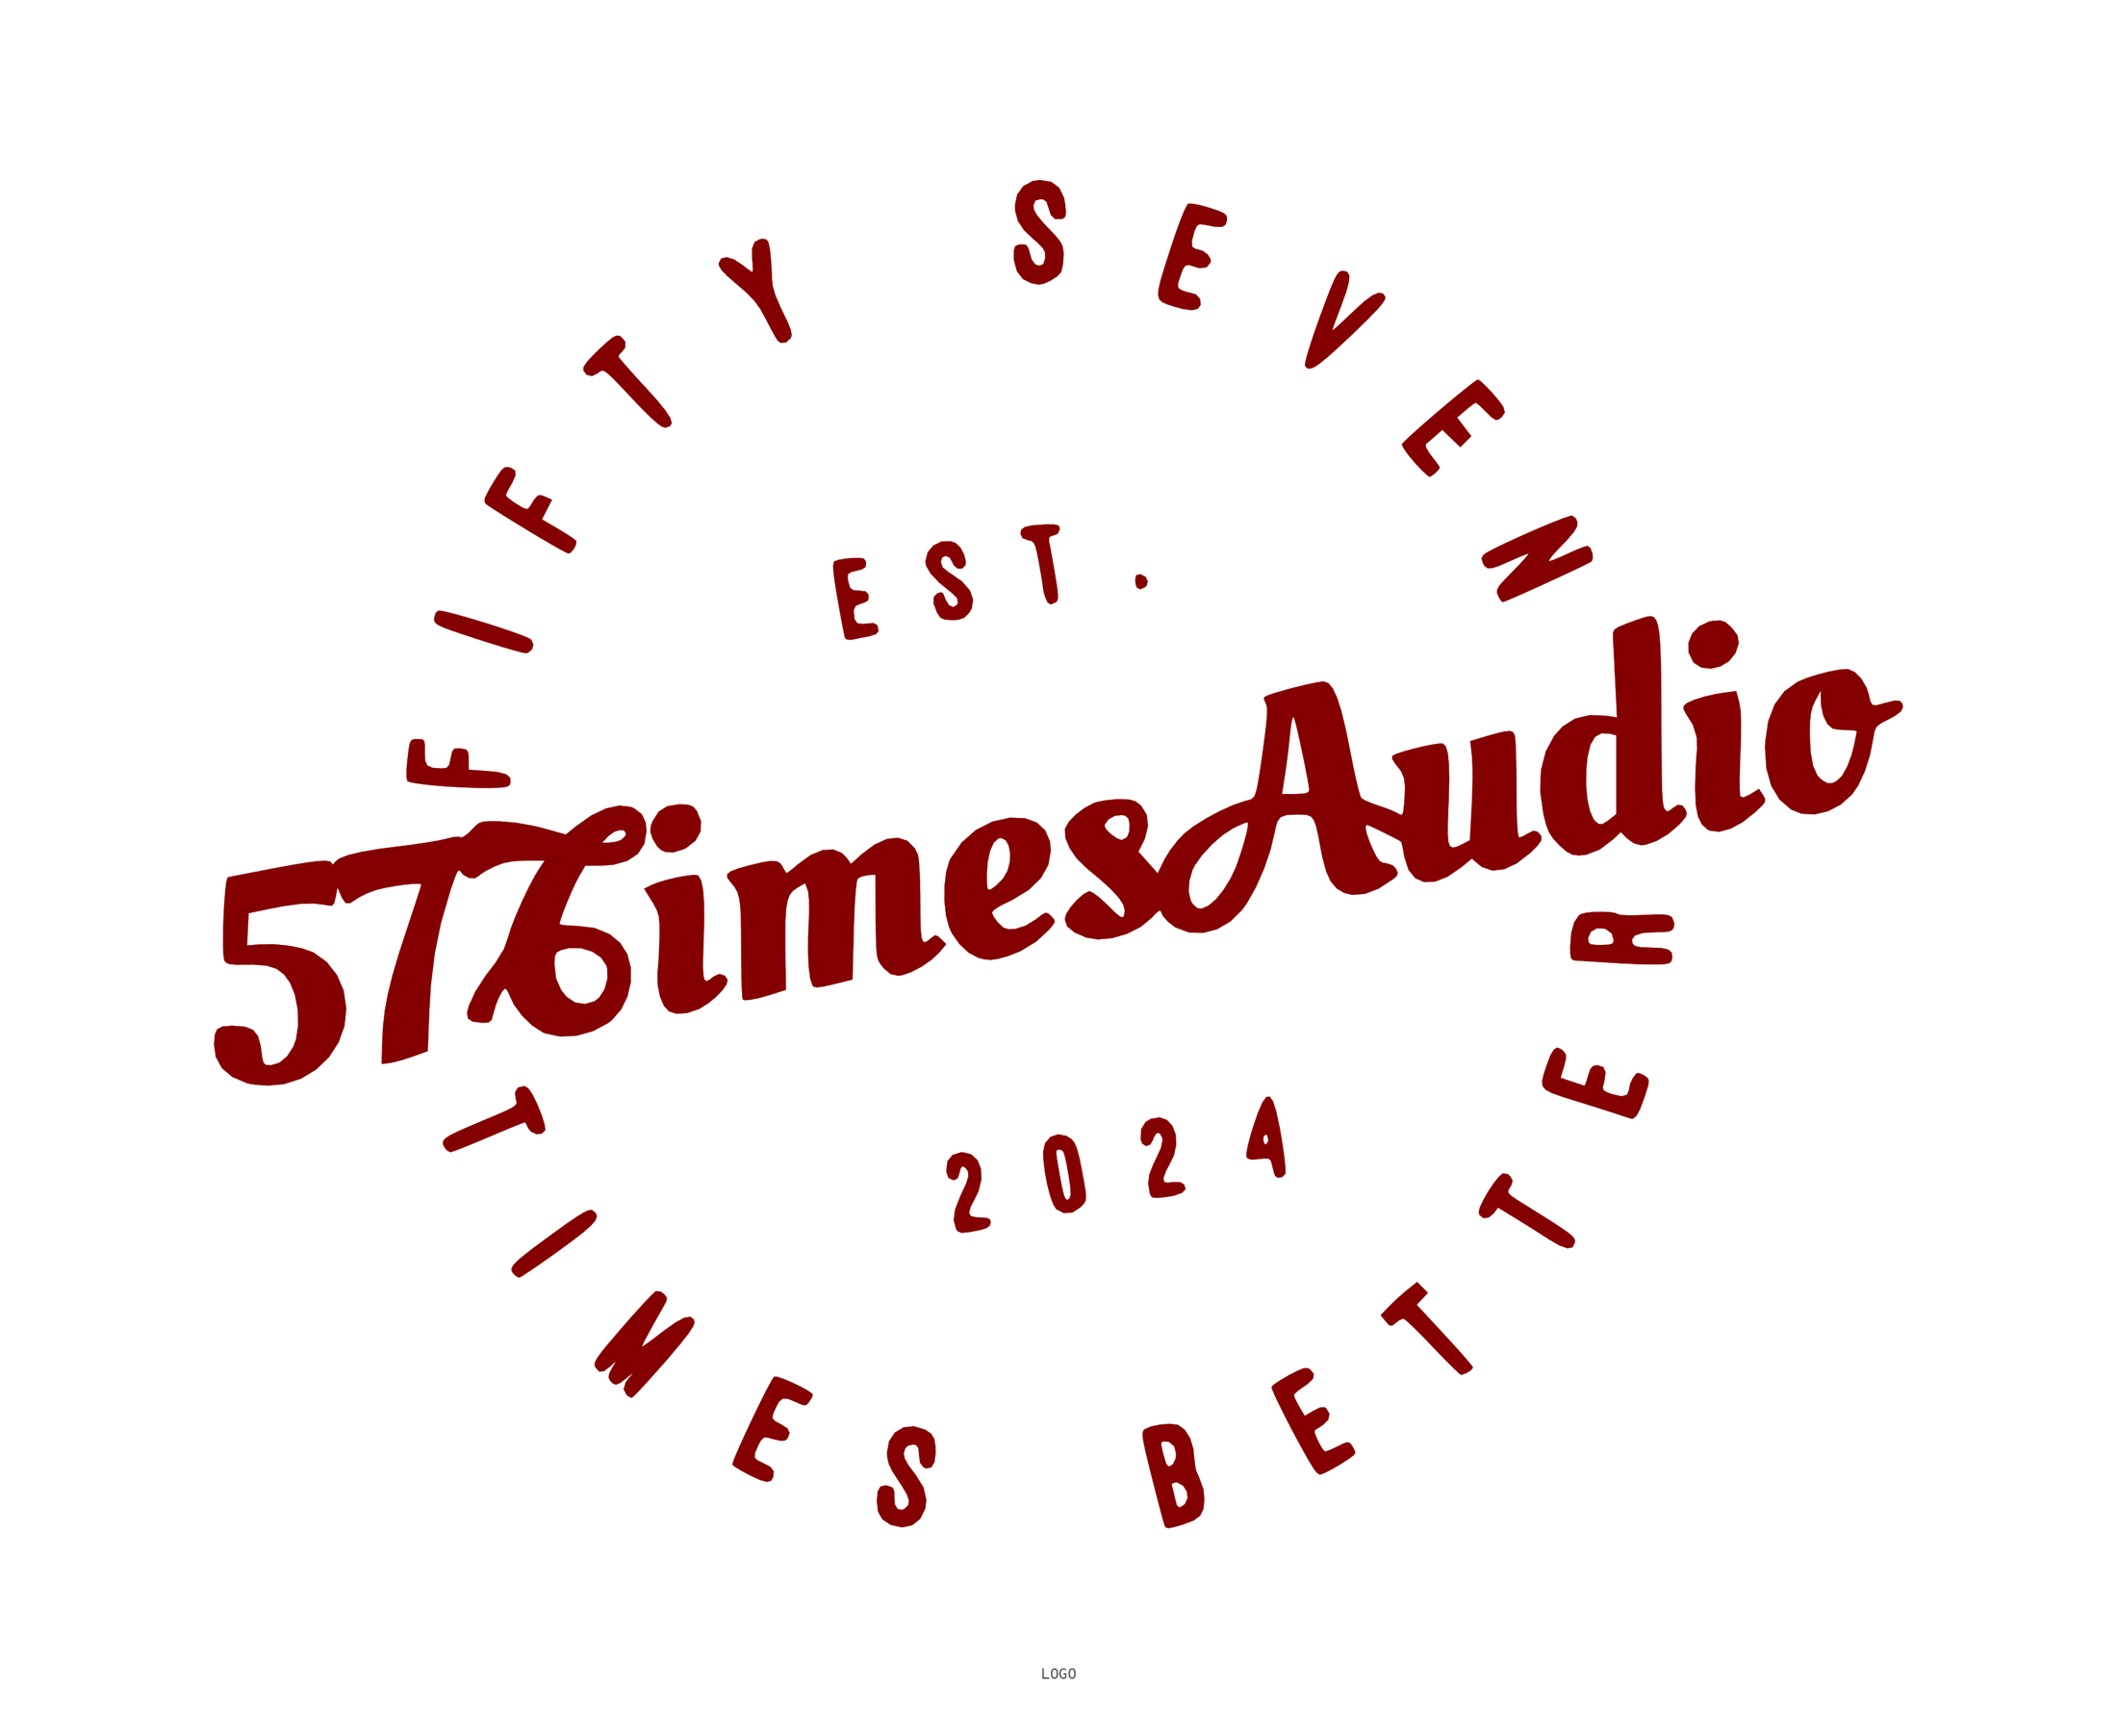
<source format=kicad_sym>
(kicad_symbol_lib
  (version 20220914)
  (generator bitmap2component)
  (symbol "LOGO"
    (pin_names
      (offset 1.016))
    (property "Reference" "#G"
      (at 0 92.12 0)
      (effects (font (size 1.27 1.27)) hide))
    (symbol "LOGO_0_0"
      (polyline (pts (xy -11.382 -58.915) (xy -10.672 -58.351) (xy -10.224 -57.452) (xy -10.126 -56.667) (xy -10.375 -55.572) (xy -11.072 -54.443) (xy -11.68 -53.638) (xy -12.033 -53.023) (xy -12.132 -52.555) (xy -12.012 -52.147) (xy -11.789 -51.878) (xy -11.267 -51.75) (xy -11.004 -51.828) (xy -10.818 -52.1) (xy -10.772 -52.687) (xy -10.678 -53.387) (xy -10.364 -53.782) (xy -10.125 -53.877) (xy -9.687 -53.787) (xy -9.401 -53.312) (xy -9.298 -52.492) (xy -9.312 -51.951) (xy -9.427 -51.252) (xy -9.71 -50.797) (xy -10.222 -50.451) (xy -10.243 -50.441) (xy -11.24 -50.142) (xy -12.155 -50.244) (xy -12.909 -50.697) (xy -13.419 -51.455) (xy -13.607 -52.469) (xy -13.584 -52.917) (xy -13.444 -53.498) (xy -13.126 -54.147) (xy -12.574 -55.002) (xy -12.31 -55.396) (xy -11.842 -56.194) (xy -11.656 -56.756) (xy -11.737 -57.154) (xy -12.07 -57.461) (xy -12.25 -57.548) (xy -12.655 -57.5) (xy -12.91 -57.085) (xy -12.966 -56.361) (xy -12.962 -55.921) (xy -13.106 -55.592) (xy -13.511 -55.424) (xy -13.753 -55.382) (xy -14.194 -55.487) (xy -14.435 -55.934) (xy -14.511 -56.768) (xy -14.406 -57.694) (xy -14.022 -58.389) (xy -13.306 -58.869) (xy -13.263 -58.888) (xy -12.272 -59.106) (xy -11.382 -58.915)) (stroke (width 0.01) (type default)) (fill (type outline)))
      (polyline (pts (xy 11.814 -59.085) (xy 12.572 -58.867) (xy 12.631 -58.849) (xy 13.575 -58.49) (xy 14.15 -58.059) (xy 14.436 -57.461) (xy 14.514 -56.605) (xy 14.432 -55.717) (xy 14.06 -54.707) (xy 13.757 -53.99) (xy 13.607 -52.889) (xy 13.548 -52.192) (xy 13.263 -51.224) (xy 12.794 -50.464) (xy 12.2 -50.032) (xy 12.134 -50.011) (xy 11.449 -49.935) (xy 10.599 -49.994) (xy 9.789 -50.162) (xy 9.223 -50.412) (xy 9.136 -50.496) (xy 9.057 -50.68) (xy 9.048 -50.991) (xy 9.116 -51.492) (xy 9.139 -51.605) (xy 10.692 -51.605) (xy 10.805 -51.494) (xy 11.067 -51.48) (xy 11.409 -51.54) (xy 11.857 -51.928) (xy 12.02 -52.614) (xy 11.957 -53.052) (xy 11.748 -53.476) (xy 11.559 -53.643) (xy 11.31 -53.703) (xy 11.115 -53.419) (xy 10.913 -52.741) (xy 10.863 -52.544) (xy 10.716 -51.919) (xy 10.692 -51.605) (xy 9.139 -51.605) (xy 9.272 -52.245) (xy 9.526 -53.312) (xy 9.886 -54.755) (xy 10.005 -55.222) (xy 11.638 -55.222) (xy 11.968 -55.109) (xy 12.121 -55.123) (xy 12.629 -55.401) (xy 12.959 -55.913) (xy 13.04 -56.503) (xy 12.805 -57.013) (xy 12.679 -57.133) (xy 12.319 -57.347) (xy 12.085 -57.169) (xy 11.918 -56.567) (xy 11.905 -56.496) (xy 11.767 -55.868) (xy 11.642 -55.433) (xy 11.638 -55.222) (xy 10.005 -55.222) (xy 10.208 -56.018) (xy 10.508 -57.171) (xy 10.758 -58.102) (xy 10.937 -58.738) (xy 11.026 -59.007) (xy 11.147 -59.138) (xy 11.376 -59.172) (xy 11.814 -59.085)) (stroke (width 0.01) (type default)) (fill (type outline)))
      (polyline (pts (xy -23.899 -54.981) (xy -23.7 -54.657) (xy -23.689 -54.621) (xy -23.658 -54.125) (xy -23.953 -53.741) (xy -24.634 -53.382) (xy -25.11 -53.155) (xy -25.346 -52.89) (xy -25.303 -52.487) (xy -25.011 -51.815) (xy -24.797 -51.414) (xy -24.509 -51.133) (xy -24.161 -51.145) (xy -23.803 -51.253) (xy -23.091 -51.421) (xy -22.665 -51.411) (xy -22.431 -51.228) (xy -22.245 -50.743) (xy -22.424 -50.338) (xy -23.019 -49.961) (xy -23.519 -49.702) (xy -23.755 -49.443) (xy -23.713 -49.066) (xy -23.43 -48.426) (xy -23.165 -47.947) (xy -22.835 -47.682) (xy -22.369 -47.715) (xy -21.644 -48.017) (xy -21.427 -48.12) (xy -20.988 -48.286) (xy -20.735 -48.24) (xy -20.503 -47.974) (xy -20.305 -47.665) (xy -20.184 -47.358) (xy -20.299 -47.209) (xy -20.732 -46.919) (xy -21.373 -46.573) (xy -22.103 -46.227) (xy -22.8 -45.937) (xy -23.345 -45.759) (xy -23.616 -45.751) (xy -23.64 -45.777) (xy -23.869 -46.142) (xy -24.228 -46.807) (xy -24.679 -47.695) (xy -25.186 -48.726) (xy -25.712 -49.823) (xy -26.218 -50.907) (xy -26.668 -51.9) (xy -27.026 -52.723) (xy -27.253 -53.298) (xy -27.312 -53.547) (xy -27.099 -53.724) (xy -26.584 -54.045) (xy -25.894 -54.422) (xy -25.746 -54.498) (xy -24.856 -54.908) (xy -24.262 -55.066) (xy -23.899 -54.981)) (stroke (width 0.01) (type default)) (fill (type outline)))
      (polyline (pts (xy 24.834 -54.413) (xy 25.281 -54.231) (xy 25.91 -53.902) (xy 26.603 -53.495) (xy 27.242 -53.083) (xy 27.712 -52.736) (xy 27.895 -52.523) (xy 27.838 -52.285) (xy 27.596 -51.838) (xy 27.472 -51.681) (xy 27.262 -51.556) (xy 26.938 -51.629) (xy 26.357 -51.908) (xy 26.072 -52.05) (xy 25.525 -52.292) (xy 25.217 -52.388) (xy 25.206 -52.386) (xy 25.007 -52.179) (xy 24.738 -51.731) (xy 24.477 -51.197) (xy 24.301 -50.736) (xy 24.287 -50.502) (xy 24.292 -50.499) (xy 24.546 -50.334) (xy 25.003 -50.046) (xy 25.495 -49.564) (xy 25.605 -49.032) (xy 25.312 -48.553) (xy 25.157 -48.46) (xy 24.785 -48.473) (xy 24.204 -48.759) (xy 23.412 -49.226) (xy 22.932 -48.413) (xy 22.826 -48.227) (xy 22.559 -47.702) (xy 22.452 -47.388) (xy 22.498 -47.293) (xy 22.824 -46.983) (xy 23.359 -46.605) (xy 23.651 -46.409) (xy 24.144 -45.941) (xy 24.222 -45.523) (xy 23.901 -45.109) (xy 23.674 -44.984) (xy 23.351 -44.997) (xy 22.847 -45.191) (xy 22.059 -45.592) (xy 21.975 -45.637) (xy 21.253 -46.055) (xy 20.716 -46.42) (xy 20.474 -46.656) (xy 20.521 -46.852) (xy 20.746 -47.386) (xy 21.119 -48.176) (xy 21.599 -49.142) (xy 22.147 -50.209) (xy 22.723 -51.297) (xy 23.286 -52.329) (xy 23.797 -53.229) (xy 24.216 -53.918) (xy 24.485 -54.258) (xy 24.738 -54.429) (xy 24.834 -54.413)) (stroke (width 0.01) (type default)) (fill (type outline)))
      (polyline (pts (xy -36.061 -47.477) (xy -35.627 -47.038) (xy -34.995 -46.361) (xy -34.215 -45.499) (xy -33.337 -44.507) (xy -33.088 -44.221) (xy -32.003 -42.94) (xy -31.24 -41.968) (xy -30.797 -41.301) (xy -30.669 -40.935) (xy -30.741 -40.673) (xy -31.042 -40.437) (xy -31.579 -40.529) (xy -32.371 -40.954) (xy -33.438 -41.718) (xy -33.936 -42.1) (xy -34.616 -42.61) (xy -35.103 -42.959) (xy -35.315 -43.089) (xy -35.296 -42.99) (xy -35.086 -42.544) (xy -34.679 -41.777) (xy -34.098 -40.726) (xy -33.362 -39.431) (xy -33.153 -39.024) (xy -33.137 -38.719) (xy -33.377 -38.417) (xy -33.682 -38.208) (xy -34.075 -38.16) (xy -34.277 -38.324) (xy -34.736 -38.784) (xy -35.388 -39.481) (xy -36.179 -40.357) (xy -37.055 -41.355) (xy -37.474 -41.841) (xy -38.319 -42.832) (xy -38.91 -43.56) (xy -39.285 -44.078) (xy -39.479 -44.437) (xy -39.527 -44.691) (xy -39.467 -44.892) (xy -39.443 -44.936) (xy -39.115 -45.296) (xy -38.709 -45.267) (xy -38.151 -44.847) (xy -37.605 -44.337) (xy -38.013 -45.05) (xy -38.211 -45.431) (xy -38.288 -45.811) (xy -38.12 -46.127) (xy -37.92 -46.341) (xy -37.639 -46.459) (xy -37.274 -46.312) (xy -36.7 -45.878) (xy -36.427 -45.657) (xy -36.142 -45.439) (xy -36.162 -45.501) (xy -36.456 -45.836) (xy -36.779 -46.266) (xy -36.948 -46.855) (xy -36.694 -47.353) (xy -36.542 -47.483) (xy -36.244 -47.625) (xy -36.061 -47.477)) (stroke (width 0.01) (type default)) (fill (type outline)))
      (polyline (pts (xy 37.346 -45.573) (xy 37.751 -45.421) (xy 38.148 -45.167) (xy 38.327 -44.937) (xy 38.262 -44.828) (xy 37.94 -44.426) (xy 37.393 -43.792) (xy 36.673 -42.986) (xy 35.832 -42.069) (xy 33.337 -39.377) (xy 33.836 -38.846) (xy 34.334 -38.316) (xy 33.853 -37.835) (xy 33.373 -37.354) (xy 32.505 -38.047) (xy 32.318 -38.2) (xy 31.565 -38.864) (xy 30.89 -39.518) (xy 30.144 -40.295) (xy 30.585 -40.84) (xy 30.892 -41.182) (xy 31.136 -41.237) (xy 31.463 -40.99) (xy 31.804 -40.734) (xy 32.147 -40.595) (xy 32.227 -40.633) (xy 32.589 -40.932) (xy 33.168 -41.479) (xy 33.905 -42.216) (xy 34.738 -43.085) (xy 35.154 -43.526) (xy 35.939 -44.337) (xy 36.591 -44.988) (xy 37.052 -45.422) (xy 37.264 -45.58) (xy 37.346 -45.573)) (stroke (width 0.01) (type default)) (fill (type outline)))
      (polyline (pts (xy -46.004 -36.859) (xy -45.477 -36.523) (xy -44.705 -36) (xy -43.749 -35.333) (xy -42.673 -34.564) (xy -41.619 -33.793) (xy -40.584 -32.996) (xy -39.876 -32.379) (xy -39.465 -31.908) (xy -39.321 -31.545) (xy -39.415 -31.255) (xy -39.715 -31.001) (xy -39.822 -30.964) (xy -40.102 -31.011) (xy -40.542 -31.223) (xy -41.193 -31.628) (xy -42.103 -32.255) (xy -43.32 -33.133) (xy -43.627 -33.357) (xy -44.849 -34.26) (xy -45.746 -34.951) (xy -46.358 -35.469) (xy -46.724 -35.854) (xy -46.883 -36.145) (xy -46.873 -36.383) (xy -46.734 -36.607) (xy -46.527 -36.81) (xy -46.217 -36.966) (xy -46.004 -36.859)) (stroke (width 0.01) (type default)) (fill (type outline)))
      (polyline (pts (xy 47.153 -34.277) (xy 47.356 -33.854) (xy 47.36 -33.827) (xy 47.357 -33.647) (xy 47.274 -33.46) (xy 47.067 -33.231) (xy 46.692 -32.929) (xy 46.106 -32.521) (xy 45.265 -31.973) (xy 44.124 -31.254) (xy 42.642 -30.33) (xy 42.245 -30.081) (xy 41.707 -29.717) (xy 41.464 -29.464) (xy 41.453 -29.237) (xy 41.611 -28.954) (xy 41.717 -28.782) (xy 41.833 -28.393) (xy 41.647 -28.013) (xy 41.406 -27.787) (xy 40.966 -27.738) (xy 40.951 -27.744) (xy 40.599 -28.048) (xy 40.143 -28.626) (xy 39.661 -29.355) (xy 39.23 -30.107) (xy 38.929 -30.758) (xy 38.834 -31.181) (xy 38.904 -31.413) (xy 39.236 -31.686) (xy 39.7 -31.645) (xy 40.154 -31.279) (xy 40.545 -30.761) (xy 42.101 -31.708) (xy 43.033 -32.284) (xy 44.1 -32.958) (xy 45.017 -33.55) (xy 45.982 -34.115) (xy 46.701 -34.365) (xy 47.153 -34.277)) (stroke (width 0.01) (type default)) (fill (type outline)))
      (polyline (pts (xy -6.406 -32.946) (xy -6.336 -32.935) (xy -5.381 -32.757) (xy -4.796 -32.577) (xy -4.503 -32.361) (xy -4.422 -32.074) (xy -4.485 -31.811) (xy -4.768 -31.672) (xy -5.386 -31.637) (xy -5.677 -31.629) (xy -6.169 -31.521) (xy -6.341 -31.238) (xy -6.209 -30.719) (xy -5.786 -29.902) (xy -5.491 -29.281) (xy -5.245 -28.262) (xy -5.285 -27.329) (xy -5.589 -26.563) (xy -6.134 -26.044) (xy -6.898 -25.854) (xy -7.047 -25.859) (xy -7.8 -26.097) (xy -8.25 -26.654) (xy -8.35 -27.477) (xy -8.331 -27.639) (xy -8.162 -28.122) (xy -7.798 -28.303) (xy -7.63 -28.313) (xy -7.343 -28.156) (xy -7.175 -27.652) (xy -7.087 -27.289) (xy -6.937 -27.087) (xy -6.69 -27.214) (xy -6.635 -27.262) (xy -6.417 -27.581) (xy -6.403 -28.017) (xy -6.605 -28.656) (xy -7.037 -29.59) (xy -7.114 -29.747) (xy -7.574 -30.933) (xy -7.694 -31.886) (xy -7.484 -32.658) (xy -7.351 -32.847) (xy -7.014 -32.992) (xy -6.406 -32.946)) (stroke (width 0.01) (type default)) (fill (type outline)))
      (polyline (pts (xy 2.805 -31.203) (xy 3.526 -30.74) (xy 3.628 -30.638) (xy 3.856 -30.391) (xy 3.989 -30.142) (xy 4.031 -29.8) (xy 3.985 -29.277) (xy 3.854 -28.486) (xy 3.641 -27.336) (xy 3.438 -26.334) (xy 3.218 -25.515) (xy 2.988 -24.989) (xy 2.718 -24.672) (xy 2.293 -24.408) (xy 1.548 -24.27) (xy 0.884 -24.495) (xy 0.409 -25.036) (xy 0.227 -25.841) (xy 0.231 -25.93) (xy 1.39 -25.93) (xy 1.413 -25.707) (xy 1.512 -25.633) (xy 1.686 -25.627) (xy 1.727 -25.628) (xy 1.905 -25.683) (xy 2.046 -25.878) (xy 2.178 -26.289) (xy 2.325 -26.995) (xy 2.515 -28.072) (xy 2.643 -28.962) (xy 2.667 -29.633) (xy 2.558 -29.963) (xy 2.384 -30.08) (xy 2.219 -29.998) (xy 2.064 -29.636) (xy 1.896 -28.936) (xy 1.692 -27.844) (xy 1.57 -27.152) (xy 1.442 -26.385) (xy 1.39 -25.93) (xy 0.231 -25.93) (xy 0.26 -26.578) (xy 0.392 -27.649) (xy 0.598 -28.733) (xy 0.852 -29.714) (xy 1.127 -30.475) (xy 1.396 -30.9) (xy 2.048 -31.24) (xy 2.805 -31.203)) (stroke (width 0.01) (type default)) (fill (type outline)))
      (polyline (pts (xy 11.088 -29.826) (xy 11.838 -29.699) (xy 12.551 -29.444) (xy 12.852 -29.112) (xy 12.723 -28.716) (xy 12.368 -28.503) (xy 11.665 -28.508) (xy 11.248 -28.557) (xy 10.958 -28.486) (xy 10.893 -28.208) (xy 10.917 -28.055) (xy 11.119 -27.511) (xy 11.459 -26.874) (xy 11.826 -26.107) (xy 12.027 -25.145) (xy 11.967 -24.256) (xy 11.679 -23.514) (xy 11.194 -22.991) (xy 10.543 -22.763) (xy 9.759 -22.902) (xy 9.306 -23.18) (xy 8.913 -23.83) (xy 8.883 -24.753) (xy 9.007 -25.088) (xy 9.343 -25.295) (xy 9.719 -25.177) (xy 9.975 -24.736) (xy 10.032 -24.541) (xy 10.283 -24.157) (xy 10.565 -24.16) (xy 10.783 -24.568) (xy 10.809 -24.82) (xy 10.661 -25.501) (xy 10.225 -26.455) (xy 10.001 -26.9) (xy 9.642 -27.827) (xy 9.543 -28.625) (xy 9.674 -29.448) (xy 9.77 -29.719) (xy 9.963 -29.875) (xy 10.362 -29.9) (xy 11.088 -29.826)) (stroke (width 0.01) (type default)) (fill (type outline)))
      (polyline (pts (xy 21.414 -28.055) (xy 21.698 -27.759) (xy 21.709 -27.713) (xy 21.705 -27.274) (xy 21.631 -26.505) (xy 21.497 -25.5) (xy 21.314 -24.354) (xy 21.154 -23.471) (xy 20.872 -22.177) (xy 20.596 -21.331) (xy 20.312 -20.927) (xy 20.007 -20.962) (xy 19.666 -21.432) (xy 19.275 -22.333) (xy 18.82 -23.662) (xy 18.618 -24.33) (xy 18.516 -24.72) (xy 19.73 -24.72) (xy 19.773 -24.456) (xy 19.957 -24.266) (xy 20.089 -24.351) (xy 20.184 -24.72) (xy 20.141 -24.983) (xy 19.957 -25.173) (xy 19.825 -25.088) (xy 19.73 -24.72) (xy 18.516 -24.72) (xy 18.386 -25.216) (xy 18.253 -25.89) (xy 18.244 -26.243) (xy 18.363 -26.413) (xy 18.712 -26.509) (xy 19.378 -26.457) (xy 19.785 -26.406) (xy 20.21 -26.413) (xy 20.413 -26.603) (xy 20.534 -27.051) (xy 20.541 -27.08) (xy 20.678 -27.628) (xy 20.791 -27.951) (xy 21.023 -28.111) (xy 21.414 -28.055)) (stroke (width 0.01) (type default)) (fill (type outline)))
      (polyline (pts (xy -52.226 -25.829) (xy -51.756 -25.665) (xy -50.99 -25.367) (xy -50.007 -24.967) (xy -48.886 -24.495) (xy -48.298 -24.244) (xy -47.275 -23.815) (xy -46.45 -23.477) (xy -45.895 -23.261) (xy -45.685 -23.194) (xy -45.594 -23.352) (xy -45.38 -23.756) (xy -45.175 -24.014) (xy -44.705 -24.243) (xy -44.223 -24.213) (xy -43.907 -23.907) (xy -43.895 -23.834) (xy -43.968 -23.37) (xy -44.187 -22.654) (xy -44.517 -21.809) (xy -44.645 -21.518) (xy -45.066 -20.668) (xy -45.414 -20.182) (xy -45.728 -20.003) (xy -45.781 -19.996) (xy -46.314 -20.117) (xy -46.579 -20.538) (xy -46.508 -21.159) (xy -46.459 -21.299) (xy -46.435 -21.501) (xy -46.539 -21.687) (xy -46.828 -21.896) (xy -47.362 -22.165) (xy -48.198 -22.533) (xy -49.395 -23.036) (xy -50.67 -23.575) (xy -51.678 -24.021) (xy -52.361 -24.363) (xy -52.77 -24.635) (xy -52.956 -24.872) (xy -52.967 -25.107) (xy -52.855 -25.373) (xy -52.633 -25.674) (xy -52.323 -25.85) (xy -52.226 -25.829)) (stroke (width 0.01) (type default)) (fill (type outline)))
      (polyline (pts (xy 52.514 -22.874) (xy 52.819 -22.622) (xy 53.145 -22.011) (xy 53.519 -20.997) (xy 53.665 -20.552) (xy 53.855 -19.909) (xy 53.908 -19.53) (xy 53.828 -19.306) (xy 53.622 -19.126) (xy 53.327 -18.947) (xy 52.948 -18.823) (xy 52.797 -18.894) (xy 52.509 -19.258) (xy 52.264 -19.775) (xy 52.161 -20.263) (xy 52.16 -20.301) (xy 51.987 -20.755) (xy 51.498 -20.892) (xy 50.688 -20.716) (xy 50.253 -20.563) (xy 49.899 -20.367) (xy 49.827 -20.098) (xy 49.95 -19.624) (xy 49.966 -19.57) (xy 50.082 -18.778) (xy 49.873 -18.302) (xy 49.342 -18.143) (xy 49.01 -18.192) (xy 48.742 -18.455) (xy 48.532 -19.05) (xy 48.471 -19.271) (xy 48.316 -19.762) (xy 48.224 -19.957) (xy 48.143 -19.937) (xy 47.74 -19.81) (xy 47.124 -19.605) (xy 46.089 -19.252) (xy 46.392 -18.248) (xy 46.422 -18.146) (xy 46.569 -17.539) (xy 46.547 -17.176) (xy 46.349 -16.9) (xy 46.182 -16.748) (xy 45.816 -16.58) (xy 45.496 -16.748) (xy 45.178 -17.289) (xy 44.822 -18.24) (xy 44.586 -18.965) (xy 44.451 -19.549) (xy 44.494 -19.978) (xy 44.765 -20.309) (xy 45.315 -20.603) (xy 46.195 -20.919) (xy 47.455 -21.315) (xy 47.668 -21.381) (xy 48.849 -21.751) (xy 49.934 -22.095) (xy 50.811 -22.376) (xy 51.367 -22.56) (xy 51.59 -22.635) (xy 52.121 -22.808) (xy 52.388 -22.884) (xy 52.514 -22.874)) (stroke (width 0.01) (type default)) (fill (type outline)))
      (polyline (pts (xy -67.063 -19.817) (xy -65.529 -19.324) (xy -64.181 -18.504) (xy -63.062 -17.415) (xy -62.217 -16.112) (xy -61.692 -14.653) (xy -61.531 -13.094) (xy -61.778 -11.492) (xy -62.349 -10.164) (xy -63.264 -8.993) (xy -64.432 -8.151) (xy -64.487 -8.124) (xy -65.459 -7.784) (xy -66.692 -7.538) (xy -68.01 -7.412) (xy -69.238 -7.432) (xy -70.326 -7.531) (xy -70.258 -6.096) (xy -70.19 -4.661) (xy -68.263 -4.26) (xy -67.093 -4.037) (xy -65.63 -3.838) (xy -64.449 -3.8) (xy -63.469 -3.918) (xy -63.234 -3.966) (xy -62.811 -3.996) (xy -62.609 -3.787) (xy -62.476 -3.237) (xy -62.306 -2.381) (xy -61.995 -3.118) (xy -61.873 -3.385) (xy -61.568 -3.775) (xy -61.183 -3.773) (xy -60.613 -3.401) (xy -60.383 -3.247) (xy -59.689 -2.9) (xy -58.903 -2.611) (xy -58.835 -2.591) (xy -58.096 -2.414) (xy -57.239 -2.258) (xy -56.377 -2.137) (xy -55.621 -2.064) (xy -55.086 -2.053) (xy -54.882 -2.118) (xy -54.882 -2.119) (xy -54.953 -2.373) (xy -55.145 -2.987) (xy -55.438 -3.89) (xy -55.808 -5.014) (xy -56.232 -6.288) (xy -56.903 -8.353) (xy -57.442 -10.187) (xy -57.836 -11.779) (xy -58.105 -13.217) (xy -58.268 -14.591) (xy -58.343 -15.988) (xy -58.397 -18.029) (xy -57.732 -17.951) (xy -57.3 -17.867) (xy -56.531 -17.657) (xy -55.691 -17.383) (xy -54.315 -16.893) (xy -54.172 -13.266) (xy -54.039 -11.074) (xy -53.691 -8.209) (xy -53.132 -5.486) (xy -52.331 -2.74) (xy -52.265 -2.538) (xy -51.96 -1.645) (xy -51.748 -1.113) (xy -51.593 -0.884) (xy -51.455 -0.898) (xy -51.298 -1.096) (xy -51.153 -1.264) (xy -50.662 -1.534) (xy -50.136 -1.568) (xy -49.765 -1.337) (xy -49.603 -1.19) (xy -49.115 -0.886) (xy -48.448 -0.546) (xy -47.668 -0.24) (xy -46.759 -0.056) (xy -45.618 -0.002) (xy -43.952 0) (xy -44.445 -0.737) (xy -44.832 -1.374) (xy -45.39 -2.429) (xy -45.966 -3.636) (xy -46.5 -4.857) (xy -46.929 -5.959) (xy -47.192 -6.804) (xy -47.554 -7.835) (xy -48.317 -9.071) (xy -48.388 -9.165) (xy -43.089 -9.165) (xy -43.089 -9.097) (xy -43.046 -8.473) (xy -42.876 -8.135) (xy -42.508 -7.932) (xy -41.76 -7.749) (xy -40.711 -7.772) (xy -39.733 -8.07) (xy -38.946 -8.602) (xy -38.468 -9.328) (xy -38.407 -9.548) (xy -38.386 -10.468) (xy -38.643 -11.41) (xy -39.125 -12.158) (xy -39.553 -12.48) (xy -40.388 -12.719) (xy -41.254 -12.584) (xy -42.012 -12.076) (xy -42.484 -11.49) (xy -42.946 -10.447) (xy -43.089 -9.165) (xy -48.388 -9.165) (xy -49.169 -10.181) (xy -50.085 -11.599) (xy -50.662 -12.855) (xy -50.827 -13.479) (xy -50.751 -13.994) (xy -50.326 -14.274) (xy -49.506 -14.375) (xy -49.369 -14.379) (xy -48.886 -14.336) (xy -48.646 -14.1) (xy -48.492 -13.543) (xy -48.477 -13.476) (xy -48.258 -12.734) (xy -47.97 -12.045) (xy -47.677 -11.537) (xy -47.438 -11.339) (xy -47.4 -11.354) (xy -47.197 -11.634) (xy -46.966 -12.159) (xy -46.667 -12.78) (xy -45.949 -13.758) (xy -45.047 -14.626) (xy -44.11 -15.225) (xy -43.893 -15.316) (xy -42.577 -15.599) (xy -41.134 -15.529) (xy -39.675 -15.121) (xy -38.312 -14.391) (xy -38.027 -14.173) (xy -37.187 -13.218) (xy -36.612 -12.05) (xy -36.317 -10.77) (xy -36.318 -9.482) (xy -36.629 -8.289) (xy -37.265 -7.292) (xy -38.204 -6.521) (xy -39.519 -5.978) (xy -41.105 -5.791) (xy -41.121 -5.791) (xy -41.885 -5.764) (xy -42.428 -5.702) (xy -42.636 -5.618) (xy -42.635 -5.598) (xy -42.53 -5.191) (xy -42.286 -4.506) (xy -41.953 -3.666) (xy -41.581 -2.791) (xy -41.218 -2.002) (xy -40.915 -1.42) (xy -40.349 -0.454) (xy -38.941 -0.449) (xy -37.858 -0.371) (xy -36.603 -0.018) (xy -35.684 0.606) (xy -35.118 1.488) (xy -34.925 2.612) (xy -34.998 3.369) (xy -35.344 4.108) (xy -36.024 4.631) (xy -36.312 4.753) (xy -37.329 4.874) (xy -38.508 4.62) (xy -39.802 4.007) (xy -41.162 3.049) (xy -42.069 2.308) (xy -44.11 2.871) (xy -44.904 3.069) (xy -46.487 3.352) (xy -47.924 3.475) (xy -48.693 3.488) (xy -49.313 3.46) (xy -49.724 3.345) (xy -50.06 3.103) (xy -50.456 2.69) (xy -50.732 2.414) (xy -51.157 2.097) (xy -51.408 2.06) (xy -51.52 2.105) (xy -51.988 2.09) (xy -52.647 1.941) (xy -52.738 1.915) (xy -53.43 1.765) (xy -54.43 1.594) (xy -54.472 1.587) (xy -38.859 1.587) (xy -38.327 2.155) (xy -38.324 2.158) (xy -37.829 2.531) (xy -37.312 2.707) (xy -36.904 2.666) (xy -36.739 2.389) (xy -36.824 2.148) (xy -37.178 1.822) (xy -37.596 1.674) (xy -38.238 1.587) (xy -38.859 1.587) (xy -54.472 1.587) (xy -55.617 1.419) (xy -56.873 1.261) (xy -58.618 1.037) (xy -60.222 0.765) (xy -61.405 0.475) (xy -62.184 0.163) (xy -62.578 -0.177) (xy -62.722 -0.361) (xy -62.813 -0.283) (xy -62.819 -0.233) (xy -62.971 -0.081) (xy -63.354 -0.017) (xy -64.01 -0.044) (xy -64.981 -0.165) (xy -66.308 -0.383) (xy -68.036 -0.702) (xy -68.961 -0.88) (xy -70.118 -1.103) (xy -71.067 -1.288) (xy -71.73 -1.419) (xy -72.026 -1.482) (xy -72.066 -1.527) (xy -72.165 -1.918) (xy -72.254 -2.633) (xy -72.332 -3.579) (xy -72.394 -4.661) (xy -72.436 -5.788) (xy -72.454 -6.866) (xy -72.445 -7.802) (xy -72.405 -8.502) (xy -72.329 -8.874) (xy -72.172 -9.06) (xy -71.852 -9.183) (xy -71.282 -9.232) (xy -70.36 -9.227) (xy -69.727 -9.223) (xy -68.57 -9.318) (xy -67.714 -9.59) (xy -67.063 -10.078) (xy -66.521 -10.82) (xy -66.09 -11.873) (xy -65.837 -13.195) (xy -65.797 -14.581) (xy -65.988 -15.854) (xy -66.229 -16.507) (xy -66.783 -17.357) (xy -67.48 -17.931) (xy -68.234 -18.143) (xy -68.318 -18.143) (xy -68.665 -18.107) (xy -68.863 -17.936) (xy -68.979 -17.524) (xy -69.076 -16.767) (xy -69.12 -16.436) (xy -69.362 -15.555) (xy -69.804 -15.005) (xy -70.524 -14.723) (xy -71.599 -14.644) (xy -71.704 -14.644) (xy -72.51 -14.711) (xy -72.977 -14.953) (xy -73.193 -15.462) (xy -73.247 -16.329) (xy -73.102 -17.383) (xy -72.566 -18.387) (xy -71.635 -19.174) (xy -70.305 -19.745) (xy -69.995 -19.812) (xy -69.27 -19.896) (xy -68.441 -19.938) (xy -67.063 -19.817)) (stroke (width 0.01) (type default)) (fill (type outline)))
      (polyline (pts (xy -31.332 -13.519) (xy -30.284 -13.158) (xy -30.198 -13.115) (xy -29.461 -12.654) (xy -28.761 -12.079) (xy -28.183 -11.479) (xy -27.816 -10.941) (xy -27.746 -10.556) (xy -27.99 -10.205) (xy -28.474 -10.051) (xy -28.998 -10.291) (xy -29.335 -10.57) (xy -29.599 -10.69) (xy -29.777 -10.582) (xy -29.88 -10.201) (xy -29.92 -9.503) (xy -29.909 -8.442) (xy -29.858 -6.974) (xy -29.81 -5.213) (xy -29.827 -3.684) (xy -29.919 -2.545) (xy -30.088 -1.768) (xy -30.337 -1.322) (xy -30.362 -1.305) (xy -30.736 -1.271) (xy -31.4 -1.342) (xy -32.233 -1.494) (xy -33.111 -1.702) (xy -33.914 -1.94) (xy -34.518 -2.183) (xy -35.132 -2.496) (xy -34.437 -3.615) (xy -34.266 -3.896) (xy -33.983 -4.443) (xy -33.829 -4.975) (xy -33.768 -5.648) (xy -33.765 -6.619) (xy -33.766 -6.702) (xy -33.8 -7.81) (xy -33.859 -8.923) (xy -33.933 -9.812) (xy -33.951 -10.013) (xy -33.923 -11.076) (xy -33.718 -12.076) (xy -33.372 -12.884) (xy -32.922 -13.373) (xy -32.284 -13.572) (xy -31.332 -13.519)) (stroke (width 0.01) (type default)) (fill (type outline)))
      (polyline (pts (xy -25.71 -12.339) (xy -24.837 -12.153) (xy -23.699 -11.819) (xy -22.565 -11.453) (xy -22.616 -8.164) (xy -22.63 -6.599) (xy -22.611 -5.269) (xy -22.546 -4.275) (xy -22.423 -3.555) (xy -22.233 -3.048) (xy -21.963 -2.694) (xy -21.603 -2.43) (xy -20.868 -2.002) (xy -20.639 -2.603) (xy -20.592 -2.78) (xy -20.522 -3.474) (xy -20.509 -4.495) (xy -20.556 -5.752) (xy -20.601 -6.845) (xy -20.604 -8.31) (xy -20.535 -9.554) (xy -20.401 -10.502) (xy -20.206 -11.076) (xy -20.081 -11.194) (xy -19.779 -11.24) (xy -19.232 -11.165) (xy -18.345 -10.961) (xy -16.669 -10.546) (xy -16.555 -6.191) (xy -16.524 -5.173) (xy -16.459 -3.741) (xy -16.381 -2.639) (xy -16.291 -1.908) (xy -16.195 -1.589) (xy -15.853 -1.41) (xy -15.288 -1.295) (xy -14.628 -1.247) (xy -14.611 -4.422) (xy -14.607 -5.329) (xy -14.595 -6.596) (xy -14.57 -7.521) (xy -14.524 -8.175) (xy -14.446 -8.63) (xy -14.327 -8.956) (xy -14.157 -9.225) (xy -13.927 -9.508) (xy -13.87 -9.574) (xy -13.283 -10.062) (xy -12.623 -10.203) (xy -12.307 -10.168) (xy -11.475 -9.889) (xy -10.545 -9.404) (xy -9.663 -8.794) (xy -8.974 -8.142) (xy -8.361 -7.413) (xy -8.822 -6.953) (xy -9.107 -6.691) (xy -9.374 -6.63) (xy -9.705 -6.875) (xy -9.993 -7.116) (xy -10.254 -7.242) (xy -10.437 -7.149) (xy -10.555 -6.79) (xy -10.622 -6.117) (xy -10.652 -5.083) (xy -10.659 -3.643) (xy -10.663 -2.923) (xy -10.69 -1.702) (xy -10.738 -0.655) (xy -10.802 0.124) (xy -10.877 0.543) (xy -11.156 1.103) (xy -11.806 1.751) (xy -12.641 2.021) (xy -13.622 1.911) (xy -14.708 1.422) (xy -15.86 0.553) (xy -16.803 -0.298) (xy -17.155 0.205) (xy -17.582 0.65) (xy -18.371 0.979) (xy -19.311 0.927) (xy -20.355 0.5) (xy -21.454 -0.295) (xy -21.923 -0.691) (xy -22.351 -1.014) (xy -22.544 -1.105) (xy -22.655 -0.928) (xy -22.883 -0.51) (xy -23.073 -0.24) (xy -23.404 -0.059) (xy -23.921 -0.033) (xy -24.706 -0.159) (xy -25.838 -0.435) (xy -26.805 -0.707) (xy -27.469 -0.963) (xy -27.777 -1.214) (xy -27.776 -1.503) (xy -27.512 -1.868) (xy -27.372 -2.025) (xy -27.079 -2.402) (xy -26.864 -2.81) (xy -26.714 -3.318) (xy -26.618 -3.998) (xy -26.563 -4.92) (xy -26.539 -6.154) (xy -26.534 -7.771) (xy -26.534 -7.912) (xy -26.526 -9.268) (xy -26.505 -10.457) (xy -26.475 -11.409) (xy -26.437 -12.051) (xy -26.394 -12.311) (xy -26.256 -12.366) (xy -25.71 -12.339)) (stroke (width 0.01) (type default)) (fill (type outline)))
      (polyline (pts (xy 55.235 -9.184) (xy 55.687 -9.111) (xy 55.898 -8.946) (xy 55.979 -8.643) (xy 55.988 -8.576) (xy 55.938 -8.154) (xy 55.638 -7.89) (xy 55.023 -7.754) (xy 54.025 -7.714) (xy 53.184 -7.681) (xy 52.683 -7.572) (xy 52.468 -7.368) (xy 52.414 -7.009) (xy 52.677 -6.639) (xy 53.349 -6.421) (xy 54.441 -6.35) (xy 55.213 -6.337) (xy 55.73 -6.275) (xy 56.001 -6.135) (xy 56.133 -5.886) (xy 56.167 -5.573) (xy 55.982 -5.062) (xy 55.917 -4.993) (xy 55.662 -4.854) (xy 55.23 -4.785) (xy 54.53 -4.778) (xy 53.469 -4.824) (xy 52.877 -4.849) (xy 52.012 -4.855) (xy 51.395 -4.818) (xy 51.127 -4.741) (xy 50.977 -4.657) (xy 50.47 -4.572) (xy 49.757 -4.541) (xy 48.986 -4.562) (xy 48.305 -4.635) (xy 47.861 -4.758) (xy 47.703 -4.868) (xy 47.297 -5.473) (xy 47.037 -6.419) (xy 46.998 -6.925) (xy 48.532 -6.925) (xy 48.537 -6.834) (xy 48.782 -6.303) (xy 49.301 -6.005) (xy 49.958 -6.028) (xy 50.09 -6.074) (xy 50.624 -6.457) (xy 50.797 -7.087) (xy 50.796 -7.12) (xy 50.697 -7.347) (xy 50.355 -7.456) (xy 49.666 -7.484) (xy 49.221 -7.479) (xy 48.761 -7.422) (xy 48.57 -7.257) (xy 48.532 -6.925) (xy 46.998 -6.925) (xy 46.945 -7.631) (xy 46.954 -8.249) (xy 47.022 -8.659) (xy 47.208 -8.828) (xy 47.568 -8.873) (xy 47.892 -8.891) (xy 48.63 -8.935) (xy 49.603 -8.996) (xy 50.687 -9.066) (xy 51.415 -9.11) (xy 52.624 -9.167) (xy 53.724 -9.201) (xy 54.542 -9.207) (xy 55.235 -9.184)) (stroke (width 0.01) (type default)) (fill (type outline)))
      (polyline (pts (xy -3.8 -8.715) (xy -2.939 -8.481) (xy -1.802 -8.038) (xy -0.374 -7.172) (xy 0.783 -6.095) (xy 1.011 -5.821) (xy 1.241 -5.47) (xy 1.212 -5.225) (xy 0.944 -4.926) (xy 0.691 -4.693) (xy 0.453 -4.625) (xy 0.132 -4.787) (xy -0.407 -5.206) (xy -0.419 -5.216) (xy -1.322 -5.772) (xy -2.228 -6.056) (xy -2.806 -6.096) (xy -3.271 -5.96) (xy -3.727 -5.551) (xy -3.809 -5.459) (xy -4.165 -4.972) (xy -4.309 -4.613) (xy -4.163 -4.405) (xy -3.697 -4.079) (xy -3.022 -3.734) (xy -2.534 -3.506) (xy -1.041 -2.594) (xy 0.036 -1.548) (xy 0.688 -0.378) (xy 0.907 0.906) (xy 0.825 1.705) (xy 0.406 2.683) (xy -0.344 3.373) (xy -1.395 3.752) (xy -2.718 3.795) (xy -4.254 3.458) (xy -5.729 2.708) (xy -6.995 1.596) (xy -7.991 0.164) (xy -8.077 -0.015) (xy -8.361 -1.004) (xy -8.39 -1.248) (xy -4.763 -1.248) (xy -4.691 -0.151) (xy -4.479 0.845) (xy -4.155 1.579) (xy -3.749 1.956) (xy -3.468 2.002) (xy -3.074 1.79) (xy -2.811 1.294) (xy -2.691 0.611) (xy -2.727 -0.16) (xy -2.93 -0.922) (xy -3.313 -1.575) (xy -3.408 -1.685) (xy -3.909 -2.186) (xy -4.333 -2.508) (xy -4.378 -2.531) (xy -4.589 -2.596) (xy -4.705 -2.46) (xy -4.753 -2.038) (xy -4.763 -1.248) (xy -8.39 -1.248) (xy -8.508 -2.24) (xy -8.517 -3.571) (xy -8.383 -4.845) (xy -8.105 -5.911) (xy -7.842 -6.468) (xy -7.176 -7.413) (xy -6.366 -8.168) (xy -5.535 -8.608) (xy -4.96 -8.758) (xy -4.414 -8.805) (xy -3.8 -8.715)) (stroke (width 0.01) (type default)) (fill (type outline)))
      (polyline (pts (xy 6.367 -6.869) (xy 7.674 -6.484) (xy 8.877 -5.875) (xy 9.839 -5.083) (xy 10.199 -4.699) (xy 10.495 -4.444) (xy 10.652 -4.469) (xy 10.765 -4.739) (xy 10.852 -4.911) (xy 11.259 -5.378) (xy 11.839 -5.841) (xy 12.002 -5.942) (xy 13.154 -6.373) (xy 14.397 -6.412) (xy 15.65 -6.078) (xy 16.832 -5.39) (xy 17.865 -4.369) (xy 18.3 -3.756) (xy 19.091 -2.35) (xy 19.808 -0.721) (xy 20.388 0.981) (xy 20.77 2.608) (xy 20.797 2.761) (xy 20.983 3.464) (xy 21.291 3.863) (xy 21.831 4.041) (xy 22.711 4.082) (xy 23.067 4.081) (xy 23.587 4.047) (xy 23.954 3.912) (xy 24.215 3.607) (xy 24.419 3.063) (xy 24.612 2.212) (xy 24.841 0.984) (xy 24.983 0.269) (xy 25.319 -0.971) (xy 25.726 -1.86) (xy 26.241 -2.466) (xy 26.903 -2.861) (xy 27.608 -3.038) (xy 28.742 -2.95) (xy 29.979 -2.477) (xy 31.265 -1.632) (xy 31.538 -1.393) (xy 31.668 -1.101) (xy 31.494 -0.717) (xy 31.219 -0.428) (xy 30.593 -0.227) (xy 30.356 -0.205) (xy 30.05 -0.041) (xy 29.759 0.365) (xy 29.4 1.106) (xy 29.174 1.633) (xy 28.887 2.455) (xy 28.799 2.986) (xy 28.922 3.175) (xy 28.95 3.168) (xy 29.273 3.032) (xy 29.837 2.767) (xy 30.516 2.435) (xy 31.181 2.101) (xy 31.703 1.828) (xy 31.953 1.679) (xy 32.001 1.562) (xy 32.108 1.1) (xy 32.228 0.425) (xy 32.254 0.278) (xy 32.618 -0.831) (xy 33.21 -1.561) (xy 34.002 -1.907) (xy 34.966 -1.864) (xy 36.074 -1.426) (xy 37.296 -0.588) (xy 38.227 0.176) (xy 38.857 -0.366) (xy 39.154 -0.584) (xy 40.059 -0.885) (xy 41.087 -0.769) (xy 42.214 -0.241) (xy 43.416 0.692) (xy 44.053 1.325) (xy 44.376 1.799) (xy 44.386 2.164) (xy 44.111 2.494) (xy 44.014 2.566) (xy 43.678 2.639) (xy 43.212 2.408) (xy 42.763 2.156) (xy 42.417 2.041) (xy 42.375 2.081) (xy 42.291 2.491) (xy 42.23 3.338) (xy 42.193 4.609) (xy 42.179 6.293) (xy 42.171 7.62) (xy 42.151 8.875) (xy 42.12 9.923) (xy 42.081 10.681) (xy 42.036 11.067) (xy 42.013 11.145) (xy 41.874 11.381) (xy 41.607 11.482) (xy 41.136 11.447) (xy 40.387 11.271) (xy 39.283 10.952) (xy 38.085 10.592) (xy 38.234 9.277) (xy 38.239 9.233) (xy 38.28 8.468) (xy 38.29 7.396) (xy 38.269 6.156) (xy 38.218 4.881) (xy 38.053 1.802) (xy 37.376 1.451) (xy 36.903 1.229) (xy 36.536 1.147) (xy 36.289 1.272) (xy 36.145 1.654) (xy 36.087 2.34) (xy 36.095 3.381) (xy 36.152 4.824) (xy 36.18 5.492) (xy 36.221 7.234) (xy 36.192 8.565) (xy 36.092 9.512) (xy 35.918 10.105) (xy 35.667 10.37) (xy 35.379 10.378) (xy 34.747 10.288) (xy 33.919 10.121) (xy 33.023 9.906) (xy 32.186 9.676) (xy 31.535 9.46) (xy 31.197 9.289) (xy 31.159 9.019) (xy 31.453 8.564) (xy 31.473 8.541) (xy 31.946 7.936) (xy 32.209 7.328) (xy 32.301 6.569) (xy 32.263 5.514) (xy 32.224 5.001) (xy 32.158 4.38) (xy 32.066 4.09) (xy 31.913 4.05) (xy 31.664 4.184) (xy 31.383 4.33) (xy 30.717 4.605) (xy 29.936 4.877) (xy 29.406 5.059) (xy 28.78 5.32) (xy 28.432 5.526) (xy 28.34 5.729) (xy 28.167 6.326) (xy 27.95 7.229) (xy 27.706 8.359) (xy 27.455 9.638) (xy 27.055 11.623) (xy 26.666 13.224) (xy 26.286 14.423) (xy 25.904 15.247) (xy 25.511 15.722) (xy 25.097 15.875) (xy 24.978 15.868) (xy 24.396 15.778) (xy 23.576 15.603) (xy 22.629 15.374) (xy 21.671 15.121) (xy 20.815 14.873) (xy 20.175 14.659) (xy 19.865 14.511) (xy 19.791 14.354) (xy 19.935 13.974) (xy 20.004 13.858) (xy 20.075 13.521) (xy 20.074 12.955) (xy 20.001 12.087) (xy 19.853 10.846) (xy 19.709 9.772) (xy 19.537 8.563) (xy 19.375 7.509) (xy 19.245 6.759) (xy 19.115 6.144) (xy 19.025 5.896) (xy 21.396 5.896) (xy 21.67 7.654) (xy 21.82 8.701) (xy 21.983 10.022) (xy 22.108 11.213) (xy 22.127 11.409) (xy 22.232 12.215) (xy 22.344 12.655) (xy 22.454 12.687) (xy 22.486 12.609) (xy 22.618 12.14) (xy 22.804 11.368) (xy 23.021 10.398) (xy 23.247 9.334) (xy 23.462 8.28) (xy 23.642 7.341) (xy 23.766 6.62) (xy 23.812 6.222) (xy 23.73 6.051) (xy 23.354 5.932) (xy 22.604 5.896) (xy 21.396 5.896) (xy 19.025 5.896) (xy 18.945 5.677) (xy 18.696 5.442) (xy 18.286 5.318) (xy 18.146 5.286) (xy 17.114 4.939) (xy 15.906 4.396) (xy 14.671 3.734) (xy 13.557 3.034) (xy 12.715 2.373) (xy 12.168 1.798) (xy 11.48 0.914) (xy 10.976 0.086) (xy 10.38 -1.133) (xy 9.524 -0.17) (xy 8.668 0.794) (xy 9.096 1.635) (xy 9.263 2.002) (xy 9.52 3.086) (xy 9.407 4.061) (xy 8.927 4.845) (xy 8.855 4.915) (xy 8.412 5.248) (xy 7.881 5.404) (xy 7.082 5.443) (xy 6.642 5.429) (xy 5.715 5.335) (xy 4.957 5.18) (xy 4.748 5.108) (xy 3.915 4.678) (xy 3.123 4.08) (xy 2.498 3.424) (xy 2.294 3.045) (xy 5.67 3.045) (xy 5.695 3.203) (xy 6.01 3.643) (xy 6.56 3.959) (xy 7.18 4.042) (xy 7.494 3.983) (xy 7.782 3.75) (xy 7.896 3.217) (xy 7.898 3.199) (xy 7.866 2.582) (xy 7.699 2.14) (xy 7.521 1.972) (xy 7.173 1.821) (xy 7.156 1.822) (xy 6.748 1.984) (xy 6.257 2.33) (xy 5.843 2.727) (xy 5.67 3.045) (xy 2.294 3.045) (xy 2.17 2.817) (xy 2.153 2.733) (xy 2.218 1.968) (xy 2.593 1.079) (xy 3.219 0.175) (xy 4.036 -0.633) (xy 5.296 -1.683) (xy 6.28 -2.581) (xy 6.461 -2.778) (xy 13.13 -2.778) (xy 13.181 -1.818) (xy 13.466 -0.826) (xy 13.681 -0.405) (xy 14.337 0.509) (xy 15.201 1.443) (xy 16.149 2.269) (xy 17.054 2.857) (xy 17.47 3.06) (xy 18.034 3.306) (xy 18.346 3.402) (xy 18.357 3.4) (xy 18.394 3.164) (xy 18.294 2.586) (xy 18.076 1.74) (xy 17.759 0.702) (xy 17.363 -0.454) (xy 17.314 -0.586) (xy 16.83 -1.613) (xy 16.214 -2.603) (xy 15.556 -3.424) (xy 14.948 -3.944) (xy 14.789 -4.037) (xy 14.263 -4.269) (xy 13.891 -4.214) (xy 13.502 -3.865) (xy 13.311 -3.564) (xy 13.13 -2.778) (xy 6.461 -2.778) (xy 6.949 -3.311) (xy 7.335 -3.915) (xy 7.471 -4.434) (xy 7.389 -4.909) (xy 7.285 -5.033) (xy 7.05 -4.97) (xy 6.64 -4.639) (xy 5.994 -4.003) (xy 5.859 -3.867) (xy 5.224 -3.285) (xy 4.684 -2.876) (xy 4.344 -2.721) (xy 4.247 -2.737) (xy 3.788 -2.995) (xy 3.23 -3.485) (xy 2.691 -4.093) (xy 2.287 -4.706) (xy 2.149 -5.213) (xy 2.358 -5.825) (xy 3.002 -6.368) (xy 4.069 -6.829) (xy 5.092 -6.988) (xy 6.367 -6.869)) (stroke (width 0.01) (type default)) (fill (type outline)))
      (polyline (pts (xy 48.35 0.517) (xy 49.543 0.974) (xy 50.715 1.857) (xy 51.425 2.53) (xy 52.009 1.945) (xy 52.575 1.539) (xy 53.213 1.361) (xy 53.657 1.412) (xy 54.617 1.754) (xy 55.628 2.356) (xy 56.555 3.146) (xy 56.809 3.412) (xy 57.172 3.861) (xy 57.272 4.187) (xy 57.163 4.511) (xy 56.89 4.871) (xy 56.489 4.945) (xy 55.963 4.601) (xy 55.803 4.464) (xy 55.531 4.343) (xy 55.325 4.545) (xy 55.271 4.646) (xy 55.208 4.838) (xy 55.158 5.131) (xy 55.117 5.57) (xy 55.086 6.198) (xy 55.063 7.06) (xy 55.045 8.199) (xy 55.033 9.659) (xy 55.023 11.485) (xy 55.015 13.72) (xy 55.014 14.011) (xy 55 16.113) (xy 54.97 17.807) (xy 54.917 19.133) (xy 54.837 20.132) (xy 54.721 20.844) (xy 54.565 21.309) (xy 54.361 21.569) (xy 54.104 21.662) (xy 53.787 21.63) (xy 53.45 21.535) (xy 52.731 21.297) (xy 51.934 21.002) (xy 51.907 20.991) (xy 51.222 20.707) (xy 50.863 20.47) (xy 50.733 20.178) (xy 50.734 19.726) (xy 50.738 19.658) (xy 50.771 19.064) (xy 50.819 18.151) (xy 50.876 17.029) (xy 50.936 15.81) (xy 51.091 12.684) (xy 50.162 12.833) (xy 48.699 12.896) (xy 47.371 12.58) (xy 46.269 11.883) (xy 45.531 11.064) (xy 44.776 9.668) (xy 44.356 8.025) (xy 44.303 6.705) (xy 48.347 6.705) (xy 48.364 8.084) (xy 48.476 9.193) (xy 48.74 10.282) (xy 49.149 10.972) (xy 49.717 11.286) (xy 50.46 11.246) (xy 51.027 11.104) (xy 51.027 7.609) (xy 51.027 4.115) (xy 50.429 3.645) (xy 50.29 3.537) (xy 49.819 3.239) (xy 49.487 3.234) (xy 49.14 3.507) (xy 49.01 3.667) (xy 48.687 4.398) (xy 48.46 5.443) (xy 48.347 6.705) (xy 44.303 6.705) (xy 44.281 6.177) (xy 44.561 4.17) (xy 44.801 3.206) (xy 45.056 2.527) (xy 45.404 1.983) (xy 45.922 1.417) (xy 46.038 1.302) (xy 46.643 0.777) (xy 47.153 0.521) (xy 47.72 0.454) (xy 48.35 0.517)) (stroke (width 0.01) (type default)) (fill (type outline)))
      (polyline (pts (xy -31.686 0.989) (xy -31.402 1.125) (xy -30.587 1.763) (xy -30.141 2.571) (xy -30.09 3.473) (xy -30.462 4.393) (xy -30.474 4.41) (xy -30.796 4.778) (xy -31.224 4.948) (xy -31.931 4.989) (xy -32.019 4.989) (xy -33.083 4.82) (xy -33.853 4.33) (xy -34.385 3.486) (xy -34.537 3.071) (xy -34.578 2.559) (xy -34.382 1.951) (xy -34.352 1.881) (xy -34.01 1.305) (xy -33.642 0.937) (xy -33.274 0.771) (xy -32.569 0.72) (xy -31.686 0.989)) (stroke (width 0.01) (type default)) (fill (type outline)))
      (polyline (pts (xy 61.138 2.819) (xy 62.23 3.412) (xy 63.365 4.313) (xy 63.477 4.417) (xy 63.984 4.907) (xy 64.211 5.226) (xy 64.21 5.488) (xy 64.031 5.806) (xy 63.672 6.353) (xy 62.924 5.891) (xy 62.826 5.832) (xy 62.29 5.595) (xy 62.019 5.681) (xy 61.991 5.803) (xy 61.962 6.327) (xy 61.957 7.172) (xy 61.978 8.254) (xy 62.024 9.489) (xy 62.078 10.973) (xy 62.086 12.345) (xy 62.034 13.35) (xy 61.92 14.034) (xy 61.654 15.022) (xy 60.563 14.877) (xy 59.872 14.767) (xy 58.839 14.533) (xy 57.946 14.255) (xy 57.298 13.966) (xy 56.997 13.7) (xy 56.995 13.407) (xy 57.227 12.967) (xy 57.241 12.952) (xy 57.815 12.037) (xy 58.155 10.94) (xy 58.19 9.882) (xy 58.159 9.608) (xy 58.099 8.803) (xy 58.049 7.778) (xy 58.019 6.69) (xy 58.015 6.289) (xy 58.077 4.912) (xy 58.273 3.9) (xy 58.62 3.196) (xy 59.134 2.74) (xy 59.326 2.648) (xy 60.149 2.557) (xy 61.138 2.819)) (stroke (width 0.01) (type default)) (fill (type outline)))
      (polyline (pts (xy 69.787 4.374) (xy 70.937 4.978) (xy 71.936 5.878) (xy 72.478 6.675) (xy 73.056 7.924) (xy 73.518 9.377) (xy 73.813 10.899) (xy 73.816 10.919) (xy 73.918 11.499) (xy 74.108 11.876) (xy 74.495 12.18) (xy 75.187 12.54) (xy 75.716 12.822) (xy 76.257 13.227) (xy 76.427 13.591) (xy 76.388 13.907) (xy 76.159 14.154) (xy 75.665 14.168) (xy 74.834 13.967) (xy 74.695 13.925) (xy 74.068 13.76) (xy 73.728 13.796) (xy 73.545 14.104) (xy 73.391 14.755) (xy 73.199 15.34) (xy 72.741 16.118) (xy 72.165 16.703) (xy 71.573 16.97) (xy 71.544 16.973) (xy 70.887 16.937) (xy 69.968 16.77) (xy 68.936 16.51) (xy 67.939 16.194) (xy 67.129 15.859) (xy 67.099 15.845) (xy 65.934 15.01) (xy 65.063 13.837) (xy 64.492 12.338) (xy 64.33 11.226) (xy 68.174 11.226) (xy 68.189 12.152) (xy 68.26 12.982) (xy 68.41 13.61) (xy 68.662 14.174) (xy 69.15 15.081) (xy 69.16 14.106) (xy 69.184 13.704) (xy 69.386 12.807) (xy 69.744 12.097) (xy 70.2 11.707) (xy 70.262 11.687) (xy 70.781 11.601) (xy 71.456 11.566) (xy 71.642 11.564) (xy 72.144 11.528) (xy 72.345 11.464) (xy 72.324 11.326) (xy 72.231 10.845) (xy 72.09 10.16) (xy 71.887 9.371) (xy 71.489 8.311) (xy 71.025 7.499) (xy 70.545 7.038) (xy 70.145 6.856) (xy 69.737 6.857) (xy 69.237 7.144) (xy 68.862 7.525) (xy 68.476 8.368) (xy 68.249 9.594) (xy 68.174 11.226) (xy 64.33 11.226) (xy 64.228 10.525) (xy 64.21 10.039) (xy 64.328 8.181) (xy 64.758 6.634) (xy 65.497 5.408) (xy 66.541 4.511) (xy 67.427 4.159) (xy 68.585 4.093) (xy 69.787 4.374)) (stroke (width 0.01) (type default)) (fill (type outline)))
      (polyline (pts (xy -48.677 6.438) (xy -47.833 6.47) (xy -47.331 6.54) (xy -47.079 6.671) (xy -46.983 6.884) (xy -46.977 6.918) (xy -47.016 7.341) (xy -47.338 7.633) (xy -47.998 7.822) (xy -49.053 7.938) (xy -50.687 8.051) (xy -50.687 8.958) (xy -50.688 9.134) (xy -50.739 9.633) (xy -50.942 9.852) (xy -51.401 9.935) (xy -51.574 9.949) (xy -51.953 9.916) (xy -52.146 9.666) (xy -52.272 9.084) (xy -52.277 9.057) (xy -52.415 8.478) (xy -52.633 8.223) (xy -53.031 8.167) (xy -53.073 8.168) (xy -53.886 8.22) (xy -54.344 8.419) (xy -54.542 8.851) (xy -54.572 9.601) (xy -54.565 10.229) (xy -54.627 10.607) (xy -54.825 10.75) (xy -55.222 10.772) (xy -55.522 10.763) (xy -55.753 10.674) (xy -55.897 10.414) (xy -56 9.888) (xy -56.109 9.005) (xy -56.191 8.054) (xy -56.191 7.365) (xy -56.109 7.034) (xy -55.855 6.945) (xy -55.232 6.832) (xy -54.346 6.718) (xy -53.295 6.617) (xy -52.504 6.56) (xy -51.165 6.487) (xy -49.891 6.442) (xy -48.875 6.435) (xy -48.677 6.438)) (stroke (width 0.01) (type default)) (fill (type outline)))
      (polyline (pts (xy 60.24 17.205) (xy 61.007 17.664) (xy 61.569 18.362) (xy 61.615 18.454) (xy 61.882 19.278) (xy 61.757 19.98) (xy 61.221 20.683) (xy 61.202 20.703) (xy 60.701 21.133) (xy 60.237 21.288) (xy 59.577 21.247) (xy 59.256 21.185) (xy 58.377 20.775) (xy 57.752 20.118) (xy 57.425 19.307) (xy 57.441 18.438) (xy 57.847 17.607) (xy 57.923 17.518) (xy 58.577 17.108) (xy 59.39 17.012) (xy 60.24 17.205)) (stroke (width 0.01) (type default)) (fill (type outline)))
      (polyline (pts (xy -45.432 18.42) (xy -45.071 18.717) (xy -44.956 19.173) (xy -45.164 19.599) (xy -45.44 19.752) (xy -46.08 20.011) (xy -46.982 20.335) (xy -48.06 20.696) (xy -49.228 21.067) (xy -50.399 21.423) (xy -51.487 21.736) (xy -52.406 21.979) (xy -53.069 22.126) (xy -53.39 22.15) (xy -53.62 21.928) (xy -53.748 21.445) (xy -53.733 21.27) (xy -53.641 21.082) (xy -53.413 20.898) (xy -52.989 20.69) (xy -52.31 20.43) (xy -51.316 20.09) (xy -49.95 19.642) (xy -48.913 19.31) (xy -47.737 18.947) (xy -46.748 18.656) (xy -46.027 18.462) (xy -45.656 18.388) (xy -45.432 18.42)) (stroke (width 0.01) (type default)) (fill (type outline)))
      (polyline (pts (xy -16.675 19.589) (xy -16.074 19.717) (xy -15.362 19.854) (xy -15.176 19.89) (xy -14.585 20.072) (xy -14.361 20.338) (xy -14.434 20.754) (xy -14.524 20.915) (xy -14.831 21.049) (xy -15.431 21.003) (xy -15.718 20.967) (xy -16.234 21.034) (xy -16.488 21.391) (xy -16.555 22.112) (xy -16.55 22.227) (xy -16.374 22.593) (xy -15.862 22.795) (xy -15.651 22.848) (xy -15.289 23.06) (xy -15.238 23.436) (xy -15.288 23.639) (xy -15.535 23.867) (xy -16.092 23.926) (xy -16.574 23.959) (xy -16.87 24.162) (xy -17.028 24.667) (xy -17.101 25.068) (xy -17.063 25.398) (xy -16.777 25.58) (xy -16.145 25.734) (xy -15.845 25.812) (xy -15.508 26.022) (xy -15.465 26.385) (xy -15.509 26.583) (xy -15.673 26.766) (xy -16.055 26.828) (xy -16.773 26.806) (xy -17.265 26.764) (xy -17.911 26.654) (xy -18.273 26.52) (xy -18.33 26.436) (xy -18.379 26.096) (xy -18.341 25.478) (xy -18.214 24.526) (xy -17.992 23.186) (xy -17.931 22.842) (xy -17.729 21.72) (xy -17.552 20.772) (xy -17.416 20.09) (xy -17.339 19.763) (xy -17.187 19.595) (xy -16.723 19.577) (xy -16.675 19.589)) (stroke (width 0.01) (type default)) (fill (type outline)))
      (polyline (pts (xy -7.288 21.347) (xy -6.77 21.524) (xy -6.349 21.938) (xy -6.117 22.312) (xy -5.976 23.105) (xy -6.253 23.919) (xy -6.932 24.717) (xy -7.992 25.458) (xy -8.124 25.535) (xy -8.674 25.985) (xy -8.845 26.462) (xy -8.725 26.861) (xy -8.411 27.009) (xy -8.054 26.86) (xy -7.804 26.421) (xy -7.711 26.194) (xy -7.364 25.892) (xy -6.956 25.882) (xy -6.657 26.198) (xy -6.624 26.511) (xy -6.778 27.128) (xy -7.099 27.736) (xy -7.5 28.13) (xy -7.958 28.298) (xy -8.767 28.283) (xy -9.488 27.934) (xy -10.007 27.323) (xy -10.205 26.517) (xy -10.137 26.125) (xy -9.741 25.434) (xy -8.973 24.628) (xy -7.809 23.68) (xy -7.386 23.256) (xy -7.325 22.829) (xy -7.415 22.657) (xy -7.747 22.462) (xy -8.122 22.631) (xy -8.425 23.132) (xy -8.489 23.317) (xy -8.651 23.699) (xy -8.832 23.785) (xy -9.166 23.675) (xy -9.464 23.368) (xy -9.477 22.781) (xy -9.179 21.987) (xy -9.156 21.943) (xy -8.875 21.538) (xy -8.492 21.358) (xy -7.835 21.318) (xy -7.288 21.347)) (stroke (width 0.01) (type default)) (fill (type outline)))
      (polyline (pts (xy 1.347 22.892) (xy 1.459 22.996) (xy 1.537 23.234) (xy 1.534 23.665) (xy 1.446 24.372) (xy 1.271 25.44) (xy 1.15 26.138) (xy 0.98 27.097) (xy 0.841 27.848) (xy 0.755 28.273) (xy 0.745 28.322) (xy 0.782 28.69) (xy 1.171 28.84) (xy 1.517 28.965) (xy 1.701 29.369) (xy 1.692 29.511) (xy 1.568 29.709) (xy 1.213 29.789) (xy 0.515 29.791) (xy 0.276 29.784) (xy -0.752 29.71) (xy -1.397 29.563) (xy -1.718 29.321) (xy -1.772 28.964) (xy -1.605 28.592) (xy -1.098 28.392) (xy -0.847 28.345) (xy -0.63 28.203) (xy -0.467 27.883) (xy -0.316 27.296) (xy -0.134 26.351) (xy -0.065 25.97) (xy 0.085 25.104) (xy 0.189 24.444) (xy 0.227 24.111) (xy 0.282 23.791) (xy 0.448 23.26) (xy 0.632 22.871) (xy 0.912 22.703) (xy 1.347 22.892)) (stroke (width 0.01) (type default)) (fill (type outline)))
      (polyline (pts (xy 40.974 22.912) (xy 41.332 23.048) (xy 41.999 23.332) (xy 42.895 23.727) (xy 43.939 24.197) (xy 45.051 24.704) (xy 46.152 25.212) (xy 47.161 25.684) (xy 47.998 26.084) (xy 48.583 26.375) (xy 48.836 26.521) (xy 48.941 26.791) (xy 48.901 27.266) (xy 48.726 27.703) (xy 48.471 27.895) (xy 48.468 27.894) (xy 48.126 27.799) (xy 47.511 27.555) (xy 46.754 27.214) (xy 46.733 27.204) (xy 45.982 26.866) (xy 45.382 26.626) (xy 45.06 26.534) (xy 45.04 26.574) (xy 45.217 26.855) (xy 45.634 27.346) (xy 46.234 27.977) (xy 46.724 28.485) (xy 47.269 29.125) (xy 47.541 29.593) (xy 47.588 29.959) (xy 47.452 30.315) (xy 47.118 30.573) (xy 46.904 30.537) (xy 46.325 30.343) (xy 45.485 30.017) (xy 44.467 29.596) (xy 43.353 29.115) (xy 42.227 28.612) (xy 41.173 28.124) (xy 40.273 27.687) (xy 39.61 27.338) (xy 39.269 27.113) (xy 39.082 26.786) (xy 39.22 26.334) (xy 39.386 26.076) (xy 39.642 25.908) (xy 40.033 25.923) (xy 40.649 26.129) (xy 41.579 26.534) (xy 41.658 26.57) (xy 42.403 26.896) (xy 42.972 27.127) (xy 43.248 27.214) (xy 43.231 27.148) (xy 42.975 26.828) (xy 42.496 26.301) (xy 41.852 25.637) (xy 41.809 25.594) (xy 41.108 24.874) (xy 40.68 24.384) (xy 40.477 24.043) (xy 40.45 23.769) (xy 40.549 23.482) (xy 40.764 23.087) (xy 40.941 22.905) (xy 40.974 22.912)) (stroke (width 0.01) (type default)) (fill (type outline)))
      (polyline (pts (xy 9.264 24.24) (xy 9.379 24.338) (xy 9.501 24.734) (xy 9.321 25.135) (xy 8.899 25.359) (xy 8.811 25.369) (xy 8.476 25.29) (xy 8.391 24.887) (xy 8.424 24.514) (xy 8.542 24.191) (xy 8.555 24.178) (xy 8.844 24.053) (xy 9.264 24.24)) (stroke (width 0.01) (type default)) (fill (type outline)))
      (polyline (pts (xy -41.696 27.266) (xy -41.392 27.579) (xy -41.169 28.006) (xy -41.154 28.336) (xy -41.166 28.351) (xy -41.452 28.578) (xy -42.011 28.947) (xy -42.734 29.386) (xy -44.193 30.239) (xy -43.749 31.11) (xy -43.304 31.981) (xy -43.902 32.254) (xy -43.917 32.26) (xy -44.291 32.397) (xy -44.567 32.344) (xy -44.852 32.033) (xy -45.253 31.397) (xy -45.35 31.255) (xy -45.544 31.152) (xy -45.868 31.262) (xy -46.444 31.607) (xy -46.775 31.826) (xy -47.222 32.169) (xy -47.397 32.377) (xy -47.391 32.415) (xy -47.237 32.766) (xy -46.944 33.286) (xy -46.836 33.468) (xy -46.54 34.139) (xy -46.575 34.568) (xy -46.943 34.811) (xy -47.209 34.878) (xy -47.492 34.846) (xy -47.773 34.617) (xy -48.127 34.126) (xy -48.628 33.306) (xy -48.944 32.759) (xy -49.219 32.192) (xy -49.284 31.843) (xy -49.168 31.622) (xy -48.964 31.471) (xy -48.415 31.109) (xy -47.603 30.593) (xy -46.599 29.969) (xy -45.471 29.28) (xy -44.526 28.713) (xy -43.51 28.117) (xy -42.679 27.643) (xy -42.1 27.33) (xy -41.84 27.217) (xy -41.696 27.266)) (stroke (width 0.01) (type default)) (fill (type outline)))
      (polyline (pts (xy 34.545 34.035) (xy 34.877 34.252) (xy 35.221 34.58) (xy 35.379 34.841) (xy 35.33 34.941) (xy 35.069 35.317) (xy 34.657 35.849) (xy 34.414 36.177) (xy 34.152 36.657) (xy 34.147 36.917) (xy 34.174 36.939) (xy 34.511 37.224) (xy 34.984 37.635) (xy 35.611 38.184) (xy 36.405 37.414) (xy 37.199 36.645) (xy 37.687 37.132) (xy 38.174 37.62) (xy 37.544 38.446) (xy 36.915 39.271) (xy 37.677 39.924) (xy 37.891 40.103) (xy 38.332 40.445) (xy 38.566 40.585) (xy 38.653 40.542) (xy 38.99 40.26) (xy 39.461 39.801) (xy 39.968 39.3) (xy 40.324 39.062) (xy 40.602 39.095) (xy 40.918 39.363) (xy 41.149 39.736) (xy 41.022 40.19) (xy 40.883 40.411) (xy 40.485 40.928) (xy 39.976 41.516) (xy 39.455 42.067) (xy 39.019 42.476) (xy 38.767 42.636) (xy 38.71 42.614) (xy 38.354 42.37) (xy 37.752 41.903) (xy 36.969 41.269) (xy 36.074 40.525) (xy 35.13 39.726) (xy 34.206 38.929) (xy 33.367 38.192) (xy 32.68 37.57) (xy 32.212 37.119) (xy 32.027 36.897) (xy 32.026 36.865) (xy 32.188 36.523) (xy 32.577 35.973) (xy 33.122 35.318) (xy 33.238 35.189) (xy 33.8 34.594) (xy 34.241 34.176) (xy 34.473 34.018) (xy 34.545 34.035)) (stroke (width 0.01) (type default)) (fill (type outline)))
      (polyline (pts (xy -33.224 38.375) (xy -32.829 38.513) (xy -32.691 38.791) (xy -32.825 39.241) (xy -33.249 39.897) (xy -33.978 40.791) (xy -35.028 41.955) (xy -35.498 42.464) (xy -36.259 43.304) (xy -36.868 43.995) (xy -37.273 44.477) (xy -37.42 44.689) (xy -37.363 44.823) (xy -37.079 45.13) (xy -36.814 45.47) (xy -36.798 45.988) (xy -37.19 46.437) (xy -37.351 46.518) (xy -37.606 46.529) (xy -37.938 46.358) (xy -38.428 45.958) (xy -39.157 45.283) (xy -39.559 44.894) (xy -40.181 44.229) (xy -40.492 43.767) (xy -40.525 43.463) (xy -40.243 43.067) (xy -39.752 42.947) (xy -39.198 43.232) (xy -39.028 43.372) (xy -38.849 43.435) (xy -38.625 43.367) (xy -38.303 43.127) (xy -37.829 42.676) (xy -37.152 41.974) (xy -36.217 40.981) (xy -35.435 40.158) (xy -34.584 39.305) (xy -33.959 38.745) (xy -33.523 38.445) (xy -33.239 38.373) (xy -33.224 38.375)) (stroke (width 0.01) (type default)) (fill (type outline)))
      (polyline (pts (xy 24.117 43.669) (xy 24.635 43.982) (xy 25.353 44.553) (xy 26.309 45.403) (xy 27.54 46.559) (xy 28.005 47.004) (xy 29.053 48.029) (xy 29.802 48.803) (xy 30.281 49.359) (xy 30.521 49.733) (xy 30.552 49.959) (xy 30.372 50.24) (xy 29.992 50.338) (xy 29.428 50.108) (xy 28.654 49.534) (xy 27.642 48.606) (xy 27.013 48.002) (xy 26.412 47.445) (xy 26.004 47.09) (xy 25.854 46.996) (xy 25.885 47.112) (xy 26.047 47.582) (xy 26.317 48.315) (xy 26.66 49.214) (xy 27.101 50.436) (xy 27.334 51.31) (xy 27.358 51.877) (xy 27.177 52.183) (xy 26.791 52.274) (xy 26.628 52.254) (xy 26.44 52.144) (xy 26.241 51.886) (xy 26.003 51.425) (xy 25.699 50.703) (xy 25.3 49.667) (xy 24.778 48.258) (xy 24.774 48.246) (xy 24.317 46.965) (xy 23.933 45.817) (xy 23.643 44.873) (xy 23.47 44.208) (xy 23.437 43.893) (xy 23.534 43.715) (xy 23.762 43.588) (xy 24.117 43.669)) (stroke (width 0.01) (type default)) (fill (type outline)))
      (polyline (pts (xy -22.564 45.924) (xy -22.14 46.316) (xy -22.135 46.325) (xy -22.061 46.604) (xy -22.139 47.029) (xy -22.394 47.682) (xy -22.853 48.644) (xy -23.055 49.062) (xy -23.502 50.099) (xy -23.742 50.924) (xy -23.814 51.654) (xy -23.82 51.977) (xy -23.872 52.965) (xy -23.959 53.918) (xy -24.005 54.268) (xy -24.123 54.808) (xy -24.304 55.052) (xy -24.61 55.109) (xy -24.846 55.091) (xy -25.34 54.832) (xy -25.572 54.241) (xy -25.555 53.291) (xy -25.515 52.88) (xy -25.495 52.363) (xy -25.537 52.161) (xy -25.629 52.203) (xy -25.998 52.455) (xy -26.523 52.86) (xy -27.162 53.278) (xy -27.816 53.48) (xy -28.296 53.367) (xy -28.529 52.937) (xy -28.506 52.729) (xy -28.265 52.333) (xy -27.737 51.788) (xy -26.876 51.043) (xy -26.067 50.344) (xy -25.374 49.633) (xy -24.84 48.899) (xy -24.345 47.999) (xy -24.257 47.824) (xy -23.849 47.039) (xy -23.507 46.419) (xy -23.297 46.084) (xy -23.032 45.891) (xy -22.564 45.924)) (stroke (width 0.01) (type default)) (fill (type outline)))
      (polyline (pts (xy 13.925 48.9) (xy 14.187 49.252) (xy 14.188 49.256) (xy 14.143 49.767) (xy 13.775 50.178) (xy 13.209 50.346) (xy 12.967 50.384) (xy 12.472 50.574) (xy 12.316 50.666) (xy 12.169 50.858) (xy 12.199 51.197) (xy 12.395 51.821) (xy 12.605 52.393) (xy 12.839 52.743) (xy 13.164 52.794) (xy 13.704 52.621) (xy 14.095 52.512) (xy 14.706 52.584) (xy 15.078 53.027) (xy 15.085 53.282) (xy 14.824 53.709) (xy 14.353 54.057) (xy 13.809 54.202) (xy 13.754 54.204) (xy 13.445 54.396) (xy 13.407 54.914) (xy 13.637 55.778) (xy 13.839 56.249) (xy 14.107 56.419) (xy 14.601 56.349) (xy 15.47 56.178) (xy 16.063 56.167) (xy 16.384 56.347) (xy 16.512 56.736) (xy 16.524 56.86) (xy 16.49 57.146) (xy 16.285 57.362) (xy 15.821 57.574) (xy 15.01 57.848) (xy 14.946 57.869) (xy 14.133 58.095) (xy 13.471 58.222) (xy 13.098 58.224) (xy 12.989 58.106) (xy 12.729 57.592) (xy 12.376 56.718) (xy 11.948 55.53) (xy 11.464 54.075) (xy 10.991 52.596) (xy 10.654 51.483) (xy 10.462 50.678) (xy 10.417 50.121) (xy 10.524 49.749) (xy 10.788 49.499) (xy 11.213 49.311) (xy 11.802 49.121) (xy 12.578 48.904) (xy 13.405 48.785) (xy 13.925 48.9)) (stroke (width 0.01) (type default)) (fill (type outline)))
      (polyline (pts (xy 0.281 51.133) (xy 0.884 51.405) (xy 1.452 51.77) (xy 1.796 52.127) (xy 1.856 52.271) (xy 1.988 52.883) (xy 2.041 53.624) (xy 2.033 53.983) (xy 1.956 54.437) (xy 1.747 54.86) (xy 1.341 55.368) (xy 0.672 56.077) (xy 0.246 56.528) (xy -0.303 57.184) (xy -0.579 57.669) (xy -0.632 58.057) (xy -0.628 58.084) (xy -0.456 58.508) (xy -0.009 58.624) (xy 0.228 58.604) (xy 0.529 58.395) (xy 0.705 57.858) (xy 0.911 57.227) (xy 1.292 56.864) (xy 1.867 56.871) (xy 2.007 56.916) (xy 2.198 57.087) (xy 2.248 57.456) (xy 2.189 58.148) (xy 2.074 58.761) (xy 1.652 59.636) (xy 0.954 60.154) (xy -0.03 60.325) (xy -0.697 60.234) (xy -1.521 59.789) (xy -2.069 59.041) (xy -2.268 58.063) (xy -2.242 57.572) (xy -2.006 56.692) (xy -1.471 55.883) (xy -0.573 55.03) (xy -0.241 54.747) (xy 0.207 54.289) (xy 0.398 53.896) (xy 0.41 53.443) (xy 0.399 53.344) (xy 0.244 52.867) (xy -0.089 52.728) (xy -0.455 52.828) (xy -0.775 53.244) (xy -1.015 54.046) (xy -1.077 54.286) (xy -1.301 54.589) (xy -1.766 54.613) (xy -1.983 54.581) (xy -2.249 54.45) (xy -2.354 54.121) (xy -2.367 53.468) (xy -2.352 53.191) (xy -2.093 52.243) (xy -1.563 51.544) (xy -0.822 51.183) (xy -0.511 51.123) (xy -0.163 51.058) (xy 0.281 51.133)) (stroke (width 0.01) (type default)) (fill (type outline))))))
</source>
